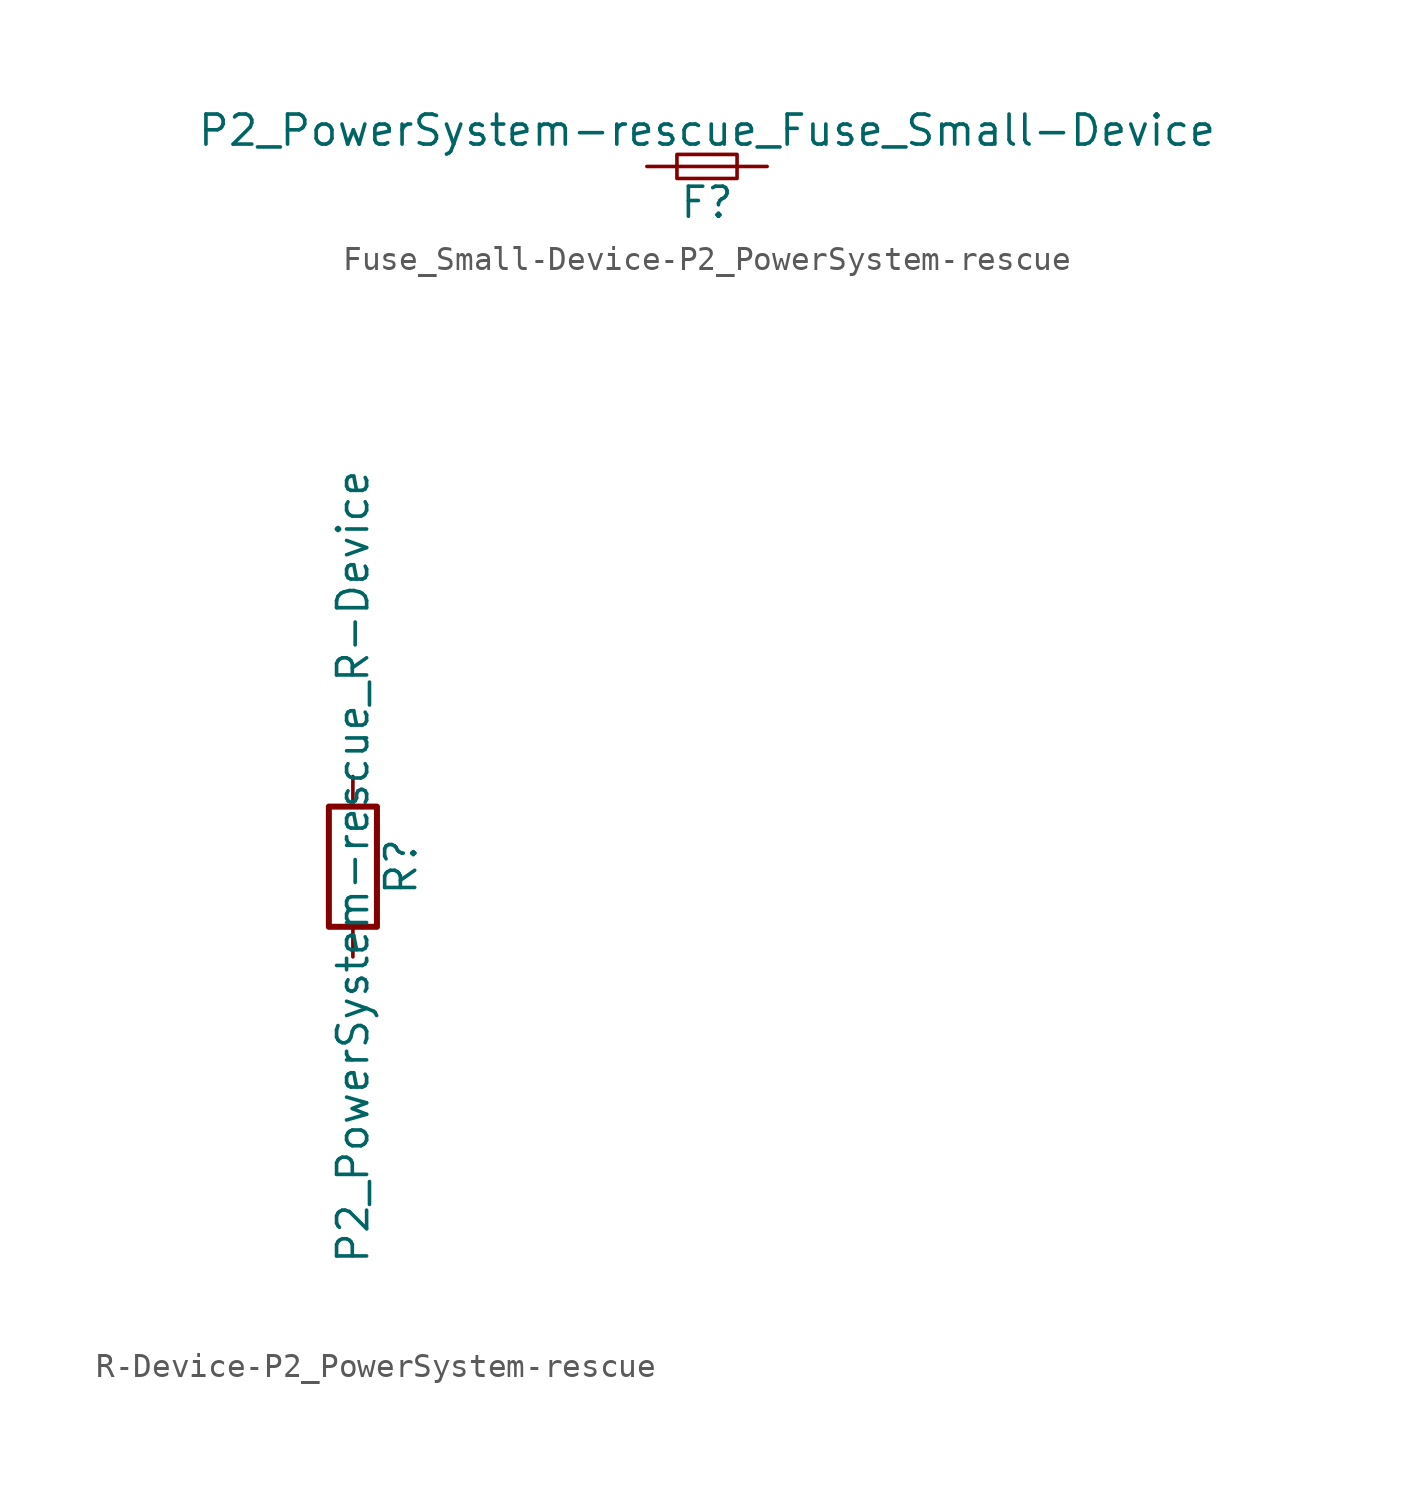
<source format=kicad_sym>
(kicad_symbol_lib
  (version 20231120)
  (generator "kicad_symbol_editor")
  (generator_version "8.0")
  (symbol "Fuse_Small-Device-P2_PowerSystem-rescue"
    (pin_numbers hide)
    (pin_names
      (offset 0.254) hide)
    (property "Reference" "F"
      (at 0 -1.524 0)
      (effects (font (size 1.27 1.27))))
    (property "Value" "P2_PowerSystem-rescue_Fuse_Small-Device"
      (at 0 1.524 0)
      (effects (font (size 1.27 1.27))))
    (symbol "Fuse_Small-Device-P2_PowerSystem-rescue_0_1"
      (rectangle (start -1.27 0.508) (end 1.27 -0.508) (stroke (width 0) (type solid)) (fill (type none)))
      (polyline (pts (xy -1.27 0) (xy 1.27 0)) (stroke (width 0) (type solid)) (fill (type none))))
    (symbol "Fuse_Small-Device-P2_PowerSystem-rescue_1_1"
      (pin passive line (at -2.54 0 0) (length 1.27) (name "~" (effects (font (size 1.27 1.27)))) (number "1" (effects (font (size 1.27 1.27)))))
      (pin passive line (at 2.54 0 180) (length 1.27) (name "~" (effects (font (size 1.27 1.27)))) (number "2" (effects (font (size 1.27 1.27)))))))
  (symbol "R-Device-P2_PowerSystem-rescue"
    (pin_numbers hide)
    (pin_names
      (offset 0))
    (property "Reference" "R"
      (at 2.032 0 90)
      (effects (font (size 1.27 1.27))))
    (property "Value" "P2_PowerSystem-rescue_R-Device"
      (at 0 0 90)
      (effects (font (size 1.27 1.27))))
    (symbol "R-Device-P2_PowerSystem-rescue_0_1"
      (rectangle (start -1.016 -2.54) (end 1.016 2.54) (stroke (width 0.254) (type solid)) (fill (type none))))
    (symbol "R-Device-P2_PowerSystem-rescue_1_1"
      (pin passive line (at 0 3.81 270) (length 1.27) (name "~" (effects (font (size 1.27 1.27)))) (number "1" (effects (font (size 1.27 1.27)))))
      (pin passive line (at 0 -3.81 90) (length 1.27) (name "~" (effects (font (size 1.27 1.27)))) (number "2" (effects (font (size 1.27 1.27))))))))
</source>
